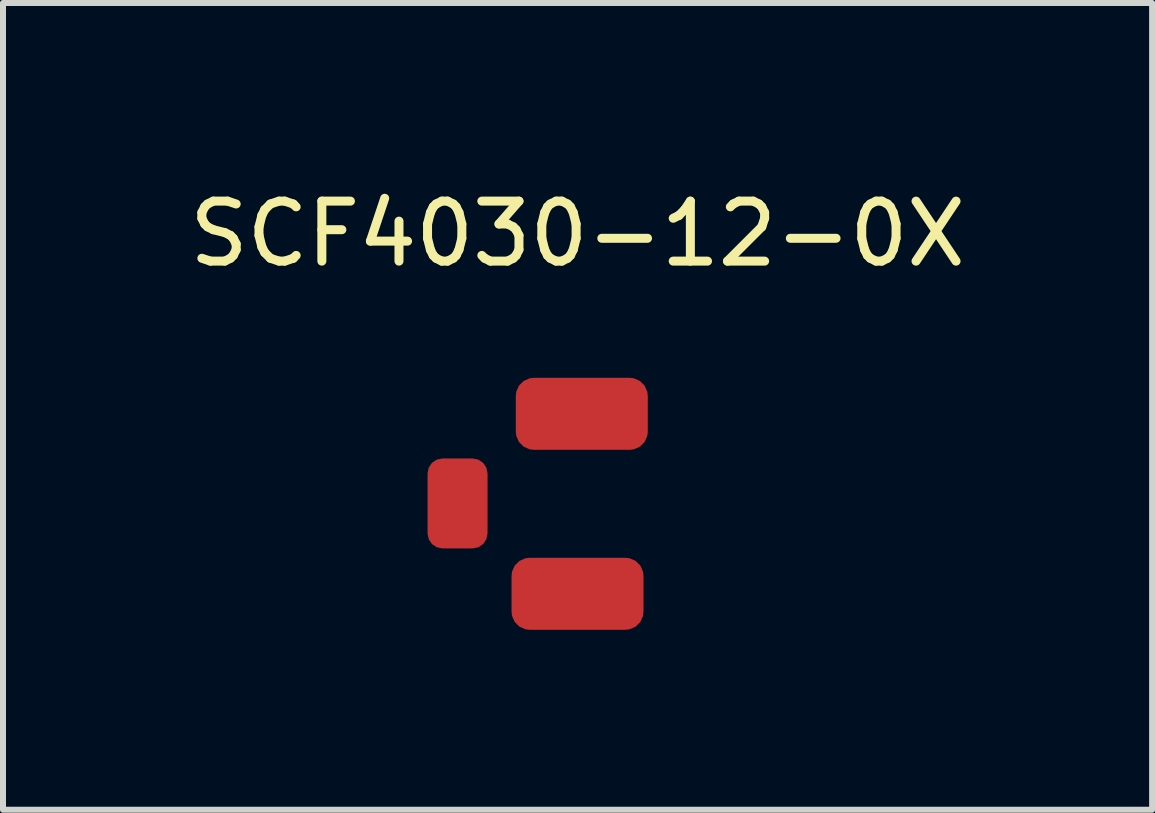
<source format=kicad_pcb>
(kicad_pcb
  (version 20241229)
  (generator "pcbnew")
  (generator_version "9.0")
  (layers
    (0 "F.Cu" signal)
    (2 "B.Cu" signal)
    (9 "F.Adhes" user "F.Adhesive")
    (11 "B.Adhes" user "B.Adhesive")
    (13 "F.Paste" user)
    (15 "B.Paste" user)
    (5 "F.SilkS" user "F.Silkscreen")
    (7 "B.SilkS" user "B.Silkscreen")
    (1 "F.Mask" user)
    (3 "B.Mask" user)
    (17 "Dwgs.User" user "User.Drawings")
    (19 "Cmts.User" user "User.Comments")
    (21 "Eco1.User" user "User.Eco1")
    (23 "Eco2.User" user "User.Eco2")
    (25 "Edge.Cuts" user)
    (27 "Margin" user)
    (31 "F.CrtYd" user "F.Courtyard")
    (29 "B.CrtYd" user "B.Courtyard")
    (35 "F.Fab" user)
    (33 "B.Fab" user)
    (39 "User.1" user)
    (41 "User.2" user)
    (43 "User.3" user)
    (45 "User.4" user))
  (footprint "SCF4030-12-0X"
    (layer "F.Cu")
    (at 6.577 5.348)
    (property "Reference" "SCF4030-12-0X" (at 0 -4.5 0) (unlocked yes) (layer "F.SilkS") (effects (font (size 1 1) (thickness 0.15))))
    (attr smd)
    (fp_rect (start -2 -1.5) (end 2 1.5) (stroke (width 0.12) (type solid)) (fill no) (layer "B.Paste"))
    (pad "1" smd roundrect (at 0.071 -1.5) (size 2.2 1.2) (layers "F.Cu" "F.Mask" "F.Paste") (roundrect_rratio 0.25))
    (pad "2" smd roundrect (at -2 -0.006) (size 1 1.5) (layers "F.Cu" "F.Mask" "F.Paste") (roundrect_rratio 0.25))
    (pad "3" smd roundrect (at 0 1.5) (size 2.2 1.2) (layers "F.Cu" "F.Mask" "F.Paste") (roundrect_rratio 0.25)))
  (gr_rect
    (start -3 -3)
    (end 16.155 10.448)
    (stroke (width 0.1) (type default))
    (fill no)
    (layer "Edge.Cuts")))
</source>
